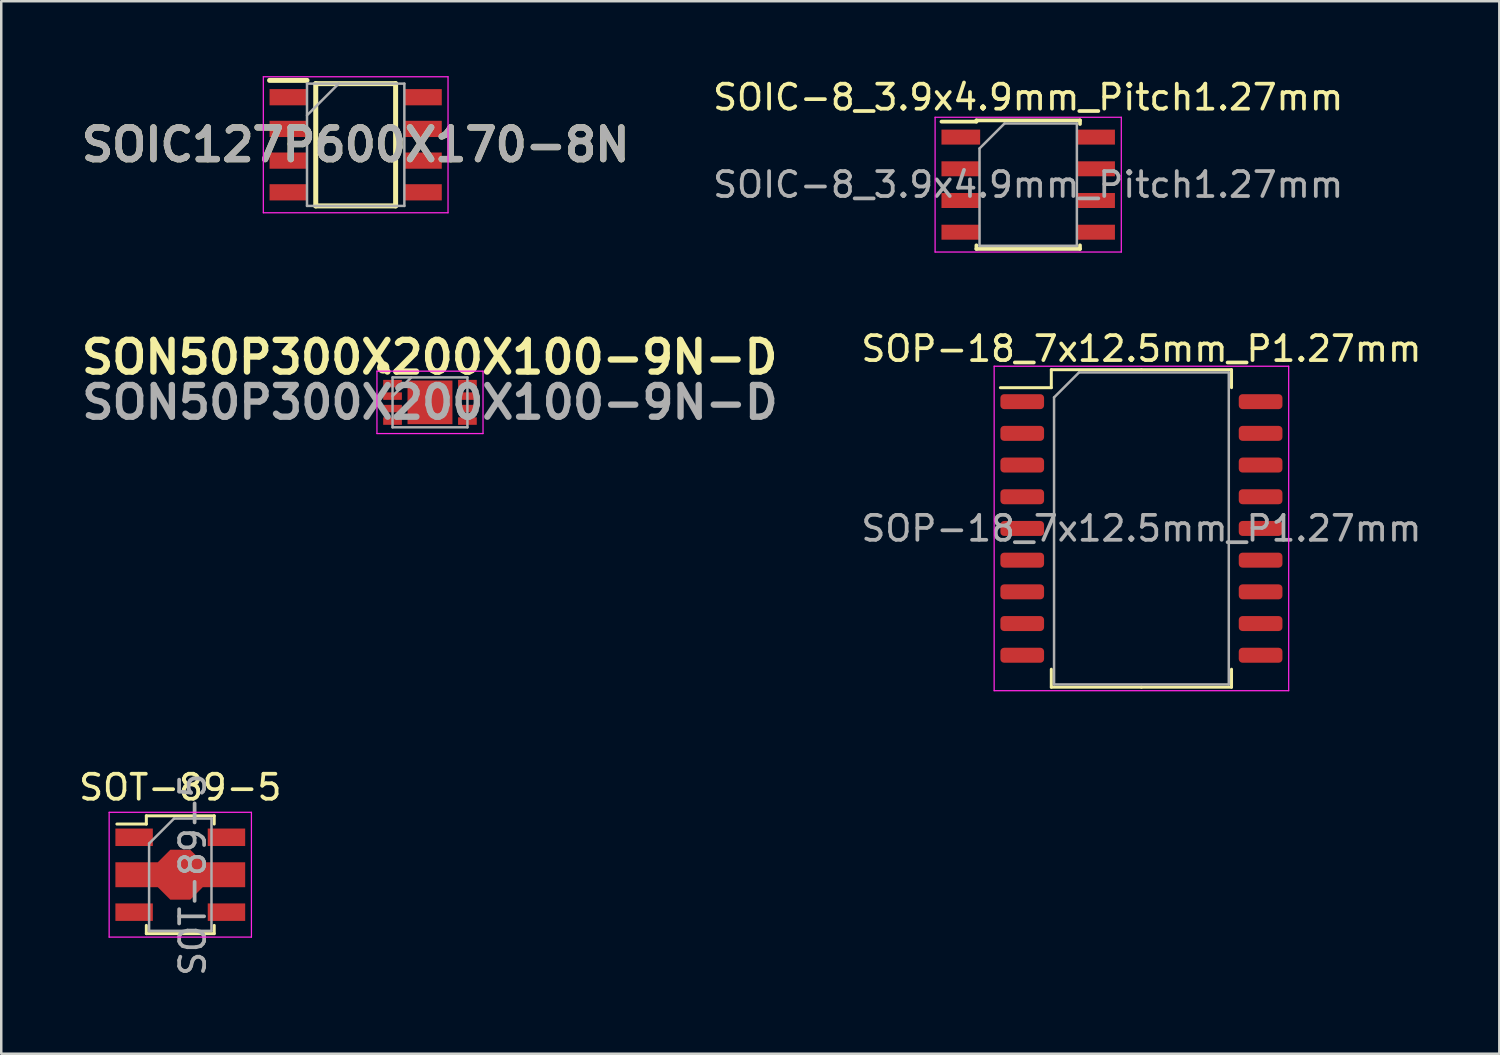
<source format=kicad_pcb>
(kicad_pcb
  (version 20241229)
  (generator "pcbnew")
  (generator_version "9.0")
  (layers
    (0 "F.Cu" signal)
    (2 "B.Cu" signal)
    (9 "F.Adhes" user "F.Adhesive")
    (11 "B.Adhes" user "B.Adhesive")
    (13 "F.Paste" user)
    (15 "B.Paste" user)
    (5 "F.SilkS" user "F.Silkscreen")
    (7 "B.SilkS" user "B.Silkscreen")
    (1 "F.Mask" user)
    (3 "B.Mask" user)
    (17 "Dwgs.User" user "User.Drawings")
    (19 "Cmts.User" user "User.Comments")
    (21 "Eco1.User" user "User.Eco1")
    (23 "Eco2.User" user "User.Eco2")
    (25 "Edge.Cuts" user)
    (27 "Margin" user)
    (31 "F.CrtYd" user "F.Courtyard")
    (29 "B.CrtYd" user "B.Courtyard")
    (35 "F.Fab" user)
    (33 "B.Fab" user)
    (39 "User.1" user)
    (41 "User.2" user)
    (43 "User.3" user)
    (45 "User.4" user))
  (footprint "SOIC-8_3.9x4.9mm_Pitch1.27mm"
    (layer "F.Cu")
    (at 38.144 4.348)
    (property "Reference" "SOIC-8_3.9x4.9mm_Pitch1.27mm" (at 0 -3.5 180) (layer "F.SilkS") (effects (font (size 1 1) (thickness 0.15))))
    (attr smd)
    (fp_line (start -2.075 -2.575) (end -2.075 -2.525) (stroke (width 0.15) (type solid)) (layer "F.SilkS"))
    (fp_line (start -2.075 -2.575) (end 2.075 -2.575) (stroke (width 0.15) (type solid)) (layer "F.SilkS"))
    (fp_line (start -2.075 -2.525) (end -3.475 -2.525) (stroke (width 0.15) (type solid)) (layer "F.SilkS"))
    (fp_line (start -2.075 2.575) (end -2.075 2.43) (stroke (width 0.15) (type solid)) (layer "F.SilkS"))
    (fp_line (start -2.075 2.575) (end 2.075 2.575) (stroke (width 0.15) (type solid)) (layer "F.SilkS"))
    (fp_line (start 2.075 -2.575) (end 2.075 -2.43) (stroke (width 0.15) (type solid)) (layer "F.SilkS"))
    (fp_line (start 2.075 2.575) (end 2.075 2.43) (stroke (width 0.15) (type solid)) (layer "F.SilkS"))
    (fp_line (start -3.73 -2.7) (end -3.73 2.7) (stroke (width 0.05) (type solid)) (layer "F.CrtYd"))
    (fp_line (start -3.73 -2.7) (end 3.73 -2.7) (stroke (width 0.05) (type solid)) (layer "F.CrtYd"))
    (fp_line (start -3.73 2.7) (end 3.73 2.7) (stroke (width 0.05) (type solid)) (layer "F.CrtYd"))
    (fp_line (start 3.73 -2.7) (end 3.73 2.7) (stroke (width 0.05) (type solid)) (layer "F.CrtYd"))
    (fp_line (start -1.95 -1.45) (end -0.95 -2.45) (stroke (width 0.1) (type solid)) (layer "F.Fab"))
    (fp_line (start -1.95 2.45) (end -1.95 -1.45) (stroke (width 0.1) (type solid)) (layer "F.Fab"))
    (fp_line (start -0.95 -2.45) (end 1.95 -2.45) (stroke (width 0.1) (type solid)) (layer "F.Fab"))
    (fp_line (start 1.95 -2.45) (end 1.95 2.45) (stroke (width 0.1) (type solid)) (layer "F.Fab"))
    (fp_line (start 1.95 2.45) (end -1.95 2.45) (stroke (width 0.1) (type solid)) (layer "F.Fab"))
    (fp_text user "${REFERENCE}" (at 0 0 180) (layer "F.Fab") (effects (font (size 1 1) (thickness 0.15))))
    (pad "1" smd rect (at -2.7 -1.905) (size 1.55 0.6) (layers "F.Cu" "F.Mask" "F.Paste"))
    (pad "2" smd rect (at -2.7 -0.635) (size 1.55 0.6) (layers "F.Cu" "F.Mask" "F.Paste"))
    (pad "3" smd rect (at -2.7 0.635) (size 1.55 0.6) (layers "F.Cu" "F.Mask" "F.Paste"))
    (pad "4" smd rect (at -2.7 1.905) (size 1.55 0.6) (layers "F.Cu" "F.Mask" "F.Paste"))
    (pad "5" smd rect (at 2.7 1.905) (size 1.55 0.6) (layers "F.Cu" "F.Mask" "F.Paste"))
    (pad "6" smd rect (at 2.7 0.635) (size 1.55 0.6) (layers "F.Cu" "F.Mask" "F.Paste"))
    (pad "7" smd rect (at 2.7 -0.635) (size 1.55 0.6) (layers "F.Cu" "F.Mask" "F.Paste"))
    (pad "8" smd rect (at 2.7 -1.905) (size 1.55 0.6) (layers "F.Cu" "F.Mask" "F.Paste")))
  (footprint "SOIC127P600X170-8N"
    (layer "F.Cu")
    (at 11.2 2.75)
    (property "Reference" "SOIC127P600X170-8N" (at 0 0 180) (layer "F.SilkS") (effects (font (size 1.27 1.27) (thickness 0.254))))
    (attr smd)
    (fp_line (start -3.45 -2.58) (end -1.95 -2.58) (stroke (width 0.2) (type solid)) (layer "F.SilkS"))
    (fp_line (start -1.6 -2.45) (end 1.6 -2.45) (stroke (width 0.2) (type solid)) (layer "F.SilkS"))
    (fp_line (start -1.6 2.45) (end -1.6 -2.45) (stroke (width 0.2) (type solid)) (layer "F.SilkS"))
    (fp_line (start 1.6 -2.45) (end 1.6 2.45) (stroke (width 0.2) (type solid)) (layer "F.SilkS"))
    (fp_line (start 1.6 2.45) (end -1.6 2.45) (stroke (width 0.2) (type solid)) (layer "F.SilkS"))
    (fp_line (start -3.7 -2.725) (end 3.7 -2.725) (stroke (width 0.05) (type solid)) (layer "F.CrtYd"))
    (fp_line (start -3.7 2.725) (end -3.7 -2.725) (stroke (width 0.05) (type solid)) (layer "F.CrtYd"))
    (fp_line (start 3.7 -2.725) (end 3.7 2.725) (stroke (width 0.05) (type solid)) (layer "F.CrtYd"))
    (fp_line (start 3.7 2.725) (end -3.7 2.725) (stroke (width 0.05) (type solid)) (layer "F.CrtYd"))
    (fp_line (start -1.95 -2.45) (end 1.95 -2.45) (stroke (width 0.1) (type solid)) (layer "F.Fab"))
    (fp_line (start -1.95 -1.18) (end -0.68 -2.45) (stroke (width 0.1) (type solid)) (layer "F.Fab"))
    (fp_line (start -1.95 2.45) (end -1.95 -2.45) (stroke (width 0.1) (type solid)) (layer "F.Fab"))
    (fp_line (start 1.95 -2.45) (end 1.95 2.45) (stroke (width 0.1) (type solid)) (layer "F.Fab"))
    (fp_line (start 1.95 2.45) (end -1.95 2.45) (stroke (width 0.1) (type solid)) (layer "F.Fab"))
    (fp_text user "${REFERENCE}" (at 0 0 180) (layer "F.Fab") (effects (font (size 1.27 1.27) (thickness 0.254))))
    (pad "1" smd rect (at -2.7 -1.905 90) (size 0.65 1.5) (layers "F.Cu" "F.Mask" "F.Paste"))
    (pad "2" smd rect (at -2.7 -0.635 90) (size 0.65 1.5) (layers "F.Cu" "F.Mask" "F.Paste"))
    (pad "3" smd rect (at -2.7 0.635 90) (size 0.65 1.5) (layers "F.Cu" "F.Mask" "F.Paste"))
    (pad "4" smd rect (at -2.7 1.905 90) (size 0.65 1.5) (layers "F.Cu" "F.Mask" "F.Paste"))
    (pad "5" smd rect (at 2.7 1.905 90) (size 0.65 1.5) (layers "F.Cu" "F.Mask" "F.Paste"))
    (pad "6" smd rect (at 2.7 0.635 90) (size 0.65 1.5) (layers "F.Cu" "F.Mask" "F.Paste"))
    (pad "7" smd rect (at 2.7 -0.635 90) (size 0.65 1.5) (layers "F.Cu" "F.Mask" "F.Paste"))
    (pad "8" smd rect (at 2.7 -1.905 90) (size 0.65 1.5) (layers "F.Cu" "F.Mask" "F.Paste")))
  (footprint "SOP-18_7x12.5mm_P1.27mm"
    (layer "F.Cu")
    (at 42.68 18.122)
    (property "Reference" "SOP-18_7x12.5mm_P1.27mm" (at 0 -7.2 0) (layer "F.SilkS") (effects (font (size 1 1) (thickness 0.15))))
    (attr smd)
    (fp_line (start -3.61 -6.36) (end -3.61 -5.64) (stroke (width 0.12) (type solid)) (layer "F.SilkS"))
    (fp_line (start -3.61 -5.64) (end -5.65 -5.64) (stroke (width 0.12) (type solid)) (layer "F.SilkS"))
    (fp_line (start -3.61 6.36) (end -3.61 5.64) (stroke (width 0.12) (type solid)) (layer "F.SilkS"))
    (fp_line (start 0 -6.36) (end -3.61 -6.36) (stroke (width 0.12) (type solid)) (layer "F.SilkS"))
    (fp_line (start 0 -6.36) (end 3.61 -6.36) (stroke (width 0.12) (type solid)) (layer "F.SilkS"))
    (fp_line (start 0 6.36) (end -3.61 6.36) (stroke (width 0.12) (type solid)) (layer "F.SilkS"))
    (fp_line (start 0 6.36) (end 3.61 6.36) (stroke (width 0.12) (type solid)) (layer "F.SilkS"))
    (fp_line (start 3.61 -6.36) (end 3.61 -5.64) (stroke (width 0.12) (type solid)) (layer "F.SilkS"))
    (fp_line (start 3.61 6.36) (end 3.61 5.64) (stroke (width 0.12) (type solid)) (layer "F.SilkS"))
    (fp_line (start -5.9 -6.5) (end -5.9 6.5) (stroke (width 0.05) (type solid)) (layer "F.CrtYd"))
    (fp_line (start -5.9 6.5) (end 5.9 6.5) (stroke (width 0.05) (type solid)) (layer "F.CrtYd"))
    (fp_line (start 5.9 -6.5) (end -5.9 -6.5) (stroke (width 0.05) (type solid)) (layer "F.CrtYd"))
    (fp_line (start 5.9 6.5) (end 5.9 -6.5) (stroke (width 0.05) (type solid)) (layer "F.CrtYd"))
    (fp_line (start -3.5 -5.25) (end -2.5 -6.25) (stroke (width 0.1) (type solid)) (layer "F.Fab"))
    (fp_line (start -3.5 6.25) (end -3.5 -5.25) (stroke (width 0.1) (type solid)) (layer "F.Fab"))
    (fp_line (start -2.5 -6.25) (end 3.5 -6.25) (stroke (width 0.1) (type solid)) (layer "F.Fab"))
    (fp_line (start 3.5 -6.25) (end 3.5 6.25) (stroke (width 0.1) (type solid)) (layer "F.Fab"))
    (fp_line (start 3.5 6.25) (end -3.5 6.25) (stroke (width 0.1) (type solid)) (layer "F.Fab"))
    (fp_text user "${REFERENCE}" (at 0 0 0) (layer "F.Fab") (effects (font (size 1 1) (thickness 0.15))))
    (pad "1" smd roundrect (at -4.775 -5.08) (size 1.75 0.6) (layers "F.Cu" "F.Mask" "F.Paste") (roundrect_rratio 0.25))
    (pad "2" smd roundrect (at -4.775 -3.81) (size 1.75 0.6) (layers "F.Cu" "F.Mask" "F.Paste") (roundrect_rratio 0.25))
    (pad "3" smd roundrect (at -4.775 -2.54) (size 1.75 0.6) (layers "F.Cu" "F.Mask" "F.Paste") (roundrect_rratio 0.25))
    (pad "4" smd roundrect (at -4.775 -1.27) (size 1.75 0.6) (layers "F.Cu" "F.Mask" "F.Paste") (roundrect_rratio 0.25))
    (pad "5" smd roundrect (at -4.775 0) (size 1.75 0.6) (layers "F.Cu" "F.Mask" "F.Paste") (roundrect_rratio 0.25))
    (pad "6" smd roundrect (at -4.775 1.27) (size 1.75 0.6) (layers "F.Cu" "F.Mask" "F.Paste") (roundrect_rratio 0.25))
    (pad "7" smd roundrect (at -4.775 2.54) (size 1.75 0.6) (layers "F.Cu" "F.Mask" "F.Paste") (roundrect_rratio 0.25))
    (pad "8" smd roundrect (at -4.775 3.81) (size 1.75 0.6) (layers "F.Cu" "F.Mask" "F.Paste") (roundrect_rratio 0.25))
    (pad "9" smd roundrect (at -4.775 5.08) (size 1.75 0.6) (layers "F.Cu" "F.Mask" "F.Paste") (roundrect_rratio 0.25))
    (pad "10" smd roundrect (at 4.775 5.08) (size 1.75 0.6) (layers "F.Cu" "F.Mask" "F.Paste") (roundrect_rratio 0.25))
    (pad "11" smd roundrect (at 4.775 3.81) (size 1.75 0.6) (layers "F.Cu" "F.Mask" "F.Paste") (roundrect_rratio 0.25))
    (pad "12" smd roundrect (at 4.775 2.54) (size 1.75 0.6) (layers "F.Cu" "F.Mask" "F.Paste") (roundrect_rratio 0.25))
    (pad "13" smd roundrect (at 4.775 1.27) (size 1.75 0.6) (layers "F.Cu" "F.Mask" "F.Paste") (roundrect_rratio 0.25))
    (pad "14" smd roundrect (at 4.775 0) (size 1.75 0.6) (layers "F.Cu" "F.Mask" "F.Paste") (roundrect_rratio 0.25))
    (pad "15" smd roundrect (at 4.775 -1.27) (size 1.75 0.6) (layers "F.Cu" "F.Mask" "F.Paste") (roundrect_rratio 0.25))
    (pad "16" smd roundrect (at 4.775 -2.54) (size 1.75 0.6) (layers "F.Cu" "F.Mask" "F.Paste") (roundrect_rratio 0.25))
    (pad "17" smd roundrect (at 4.775 -3.81) (size 1.75 0.6) (layers "F.Cu" "F.Mask" "F.Paste") (roundrect_rratio 0.25))
    (pad "18" smd roundrect (at 4.775 -5.08) (size 1.75 0.6) (layers "F.Cu" "F.Mask" "F.Paste") (roundrect_rratio 0.25)))
  (footprint "SOT-89-5"
    (layer "F.Cu")
    (at 4.173 31.995)
    (property "Reference" "SOT-89-5" (at 0 -3.5 0) (layer "F.SilkS") (effects (font (size 1 1) (thickness 0.15))))
    (attr smd)
    (fp_line (start -2.54 -2.03) (end -1.36 -2.03) (stroke (width 0.12) (type solid)) (layer "F.SilkS"))
    (fp_line (start -1.36 -2.36) (end -1.36 -2.03) (stroke (width 0.12) (type solid)) (layer "F.SilkS"))
    (fp_line (start -1.36 -2.36) (end 1.36 -2.36) (stroke (width 0.12) (type solid)) (layer "F.SilkS"))
    (fp_line (start -1.36 2.36) (end -1.36 2.03) (stroke (width 0.12) (type solid)) (layer "F.SilkS"))
    (fp_line (start 1.36 -2.36) (end 1.36 -2.03) (stroke (width 0.12) (type solid)) (layer "F.SilkS"))
    (fp_line (start 1.36 2.03) (end 1.36 2.36) (stroke (width 0.12) (type solid)) (layer "F.SilkS"))
    (fp_line (start 1.36 2.36) (end -1.36 2.36) (stroke (width 0.12) (type solid)) (layer "F.SilkS"))
    (fp_line (start -2.85 2.5) (end -2.85 -2.5) (stroke (width 0.05) (type solid)) (layer "F.CrtYd"))
    (fp_line (start -2.85 2.5) (end 2.85 2.5) (stroke (width 0.05) (type solid)) (layer "F.CrtYd"))
    (fp_line (start 2.85 -2.5) (end -2.85 -2.5) (stroke (width 0.05) (type solid)) (layer "F.CrtYd"))
    (fp_line (start 2.85 -2.5) (end 2.85 2.5) (stroke (width 0.05) (type solid)) (layer "F.CrtYd"))
    (fp_line (start -1.25 -1.25) (end -0.25 -2.25) (stroke (width 0.1) (type solid)) (layer "F.Fab"))
    (fp_line (start -1.25 2.25) (end -1.25 -1.25) (stroke (width 0.1) (type solid)) (layer "F.Fab"))
    (fp_line (start -0.25 -2.25) (end 1.25 -2.25) (stroke (width 0.1) (type solid)) (layer "F.Fab"))
    (fp_line (start 1.25 -2.25) (end 1.25 2.25) (stroke (width 0.1) (type solid)) (layer "F.Fab"))
    (fp_line (start 1.25 2.25) (end -1.25 2.25) (stroke (width 0.1) (type solid)) (layer "F.Fab"))
    (fp_text user "${REFERENCE}" (at 0.5 0 90) (layer "F.Fab") (effects (font (size 1 1) (thickness 0.15))))
    (pad "1" smd rect (at -1.85 -1.5) (size 1.5 0.7) (layers "F.Cu" "F.Mask" "F.Paste"))
    (pad "2" smd custom (at 0 0) (size 0.8 2) (layers "F.Cu" "F.Mask" "F.Paste") (options (anchor rect)) (primitives (gr_poly (pts (xy 0.9 -0.5) (xy 2.6 -0.5) (xy 2.6 0.5) (xy 0.9 0.5) (xy 0.4 1) (xy -0.4 1) (xy -0.9 0.5) (xy -2.6 0.5) (xy -2.6 -0.5) (xy -0.9 -0.5) (xy -0.4 -1) (xy 0.4 -1)) (width 0) (fill yes))))
    (pad "3" smd rect (at -1.85 1.5) (size 1.5 0.7) (layers "F.Cu" "F.Mask" "F.Paste"))
    (pad "4" smd rect (at 1.85 1.5) (size 1.5 0.7) (layers "F.Cu" "F.Mask" "F.Paste"))
    (pad "5" smd rect (at 1.85 -1.5) (size 1.5 0.7) (layers "F.Cu" "F.Mask" "F.Paste")))
  (footprint "SON50P300X200X100-9N-D"
    (layer "F.Cu")
    (at 14.177 13.07)
    (property "Reference" "SON50P300X200X100-9N-D" (at -0.013 -1.808 180) (layer "F.SilkS") (effects (font (size 1.27 1.27) (thickness 0.254))))
    (attr smd)
    (fp_circle (center -1.875 -1.4) (end -1.875 -1.275) (stroke (width 0.25) (type solid)) (fill no) (layer "F.SilkS"))
    (fp_line (start -2.125 -1.25) (end 2.125 -1.25) (stroke (width 0.05) (type solid)) (layer "F.CrtYd"))
    (fp_line (start -2.125 1.25) (end -2.125 -1.25) (stroke (width 0.05) (type solid)) (layer "F.CrtYd"))
    (fp_line (start 2.125 -1.25) (end 2.125 1.25) (stroke (width 0.05) (type solid)) (layer "F.CrtYd"))
    (fp_line (start 2.125 1.25) (end -2.125 1.25) (stroke (width 0.05) (type solid)) (layer "F.CrtYd"))
    (fp_line (start -1.5 -1) (end 1.5 -1) (stroke (width 0.1) (type solid)) (layer "F.Fab"))
    (fp_line (start -1.5 -0.25) (end -0.75 -1) (stroke (width 0.1) (type solid)) (layer "F.Fab"))
    (fp_line (start -1.5 1) (end -1.5 -1) (stroke (width 0.1) (type solid)) (layer "F.Fab"))
    (fp_line (start 1.5 -1) (end 1.5 1) (stroke (width 0.1) (type solid)) (layer "F.Fab"))
    (fp_line (start 1.5 1) (end -1.5 1) (stroke (width 0.1) (type solid)) (layer "F.Fab"))
    (fp_text user "${REFERENCE}" (at 0 0 180) (layer "F.Fab") (effects (font (size 1.27 1.27) (thickness 0.254))))
    (pad "1" smd rect (at -1.5 -0.75 90) (size 0.3 0.75) (layers "F.Cu" "F.Mask" "F.Paste"))
    (pad "2" smd rect (at -1.5 -0.25 90) (size 0.3 0.75) (layers "F.Cu" "F.Mask" "F.Paste"))
    (pad "3" smd rect (at -1.5 0.25 90) (size 0.3 0.75) (layers "F.Cu" "F.Mask" "F.Paste"))
    (pad "4" smd rect (at -1.5 0.75 90) (size 0.3 0.75) (layers "F.Cu" "F.Mask" "F.Paste"))
    (pad "5" smd rect (at 1.5 0.75 90) (size 0.3 0.75) (layers "F.Cu" "F.Mask" "F.Paste"))
    (pad "6" smd rect (at 1.5 0.25 90) (size 0.3 0.75) (layers "F.Cu" "F.Mask" "F.Paste"))
    (pad "7" smd rect (at 1.5 -0.25 90) (size 0.3 0.75) (layers "F.Cu" "F.Mask" "F.Paste"))
    (pad "8" smd rect (at 1.5 -0.75 90) (size 0.3 0.75) (layers "F.Cu" "F.Mask" "F.Paste"))
    (pad "9" smd rect (at 0 0 90) (size 1.75 1.8) (layers "F.Cu" "F.Mask" "F.Paste")))
  (gr_rect
    (start -3 -3)
    (end 57.019 39.167)
    (stroke (width 0.1) (type default))
    (fill no)
    (layer "Edge.Cuts")))
</source>
